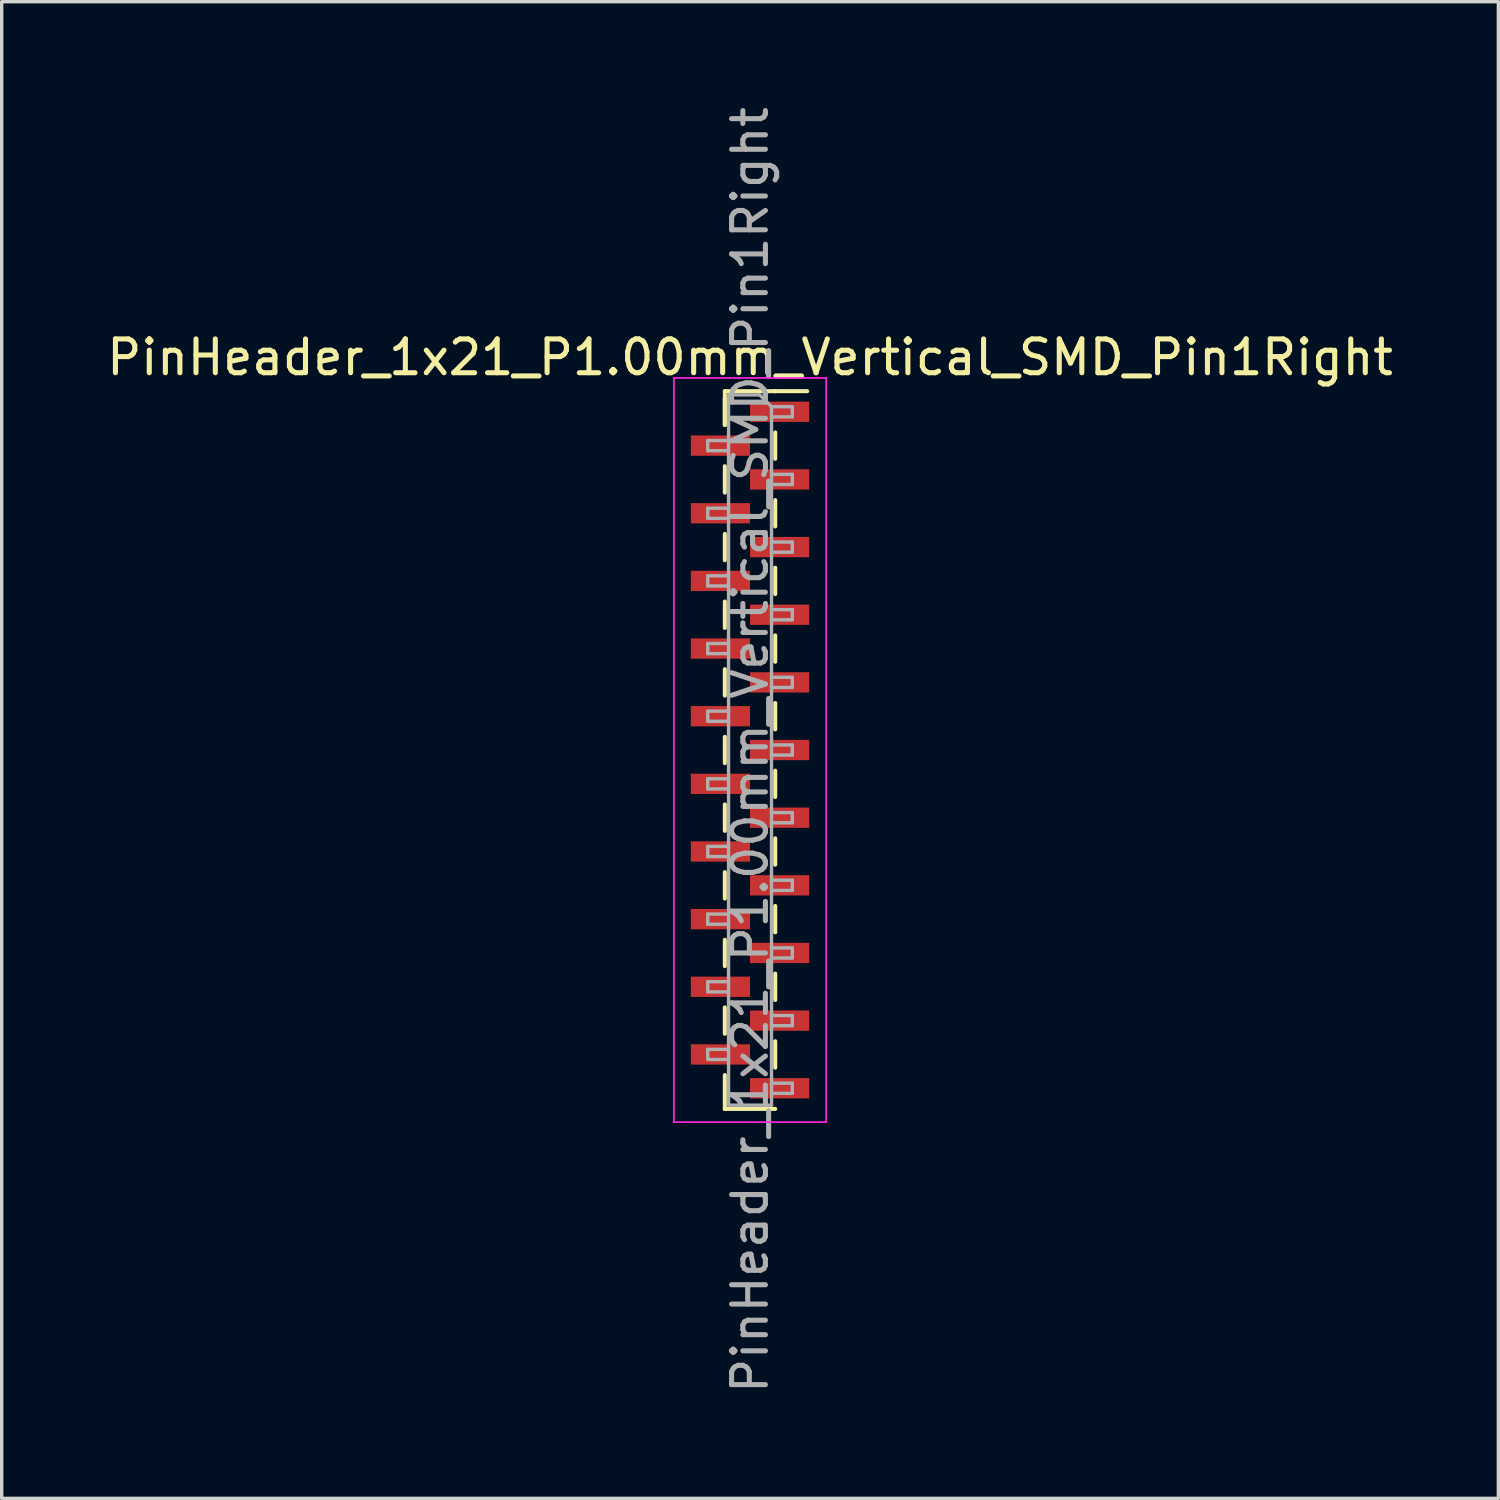
<source format=kicad_pcb>
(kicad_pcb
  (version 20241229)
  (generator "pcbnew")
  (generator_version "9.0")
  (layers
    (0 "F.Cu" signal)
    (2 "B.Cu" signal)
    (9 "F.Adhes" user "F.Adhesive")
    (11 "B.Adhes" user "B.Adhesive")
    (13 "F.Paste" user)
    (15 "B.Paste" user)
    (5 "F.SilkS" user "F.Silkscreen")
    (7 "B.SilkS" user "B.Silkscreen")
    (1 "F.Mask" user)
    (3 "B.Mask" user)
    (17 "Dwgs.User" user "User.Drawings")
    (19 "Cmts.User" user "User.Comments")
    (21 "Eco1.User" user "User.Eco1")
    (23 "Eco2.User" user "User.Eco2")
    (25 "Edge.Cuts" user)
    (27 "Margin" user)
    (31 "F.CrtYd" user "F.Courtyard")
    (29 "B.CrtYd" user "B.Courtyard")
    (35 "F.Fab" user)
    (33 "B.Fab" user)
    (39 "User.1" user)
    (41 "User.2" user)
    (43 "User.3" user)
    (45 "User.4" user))
  (footprint "PinHeader_1x21_P1.00mm_Vertical_SMD_Pin1Right"
    (layer "F.Cu")
    (at 19.125 19.125)
    (property "Reference" "PinHeader_1x21_P1.00mm_Vertical_SMD_Pin1Right" (at 0 -11.61 0) (layer "F.SilkS") (effects (font (size 1 1) (thickness 0.15))))
    (attr smd)
    (fp_line (start -0.745 -10.61) (end -0.745 -9.61) (stroke (width 0.12) (type solid)) (layer "F.SilkS"))
    (fp_line (start -0.745 -10.61) (end 0.745 -10.61) (stroke (width 0.12) (type solid)) (layer "F.SilkS"))
    (fp_line (start -0.745 -10.39) (end -0.745 -9.61) (stroke (width 0.12) (type solid)) (layer "F.SilkS"))
    (fp_line (start -0.745 -8.39) (end -0.745 -7.61) (stroke (width 0.12) (type solid)) (layer "F.SilkS"))
    (fp_line (start -0.745 -6.39) (end -0.745 -5.61) (stroke (width 0.12) (type solid)) (layer "F.SilkS"))
    (fp_line (start -0.745 -4.39) (end -0.745 -3.61) (stroke (width 0.12) (type solid)) (layer "F.SilkS"))
    (fp_line (start -0.745 -2.39) (end -0.745 -1.61) (stroke (width 0.12) (type solid)) (layer "F.SilkS"))
    (fp_line (start -0.745 -0.39) (end -0.745 0.39) (stroke (width 0.12) (type solid)) (layer "F.SilkS"))
    (fp_line (start -0.745 1.61) (end -0.745 2.39) (stroke (width 0.12) (type solid)) (layer "F.SilkS"))
    (fp_line (start -0.745 3.61) (end -0.745 4.39) (stroke (width 0.12) (type solid)) (layer "F.SilkS"))
    (fp_line (start -0.745 5.61) (end -0.745 6.39) (stroke (width 0.12) (type solid)) (layer "F.SilkS"))
    (fp_line (start -0.745 7.61) (end -0.745 8.39) (stroke (width 0.12) (type solid)) (layer "F.SilkS"))
    (fp_line (start -0.745 9.61) (end -0.745 10.61) (stroke (width 0.12) (type solid)) (layer "F.SilkS"))
    (fp_line (start -0.745 10.61) (end -0.745 10.61) (stroke (width 0.12) (type solid)) (layer "F.SilkS"))
    (fp_line (start -0.745 10.61) (end 0.745 10.61) (stroke (width 0.12) (type solid)) (layer "F.SilkS"))
    (fp_line (start 0.745 -10.61) (end 0.745 -10.61) (stroke (width 0.12) (type solid)) (layer "F.SilkS"))
    (fp_line (start 0.745 -10.61) (end 1.69 -10.61) (stroke (width 0.12) (type solid)) (layer "F.SilkS"))
    (fp_line (start 0.745 -9.39) (end 0.745 -8.61) (stroke (width 0.12) (type solid)) (layer "F.SilkS"))
    (fp_line (start 0.745 -7.39) (end 0.745 -6.61) (stroke (width 0.12) (type solid)) (layer "F.SilkS"))
    (fp_line (start 0.745 -5.39) (end 0.745 -4.61) (stroke (width 0.12) (type solid)) (layer "F.SilkS"))
    (fp_line (start 0.745 -3.39) (end 0.745 -2.61) (stroke (width 0.12) (type solid)) (layer "F.SilkS"))
    (fp_line (start 0.745 -1.39) (end 0.745 -0.61) (stroke (width 0.12) (type solid)) (layer "F.SilkS"))
    (fp_line (start 0.745 0.61) (end 0.745 1.39) (stroke (width 0.12) (type solid)) (layer "F.SilkS"))
    (fp_line (start 0.745 2.61) (end 0.745 3.39) (stroke (width 0.12) (type solid)) (layer "F.SilkS"))
    (fp_line (start 0.745 4.61) (end 0.745 5.39) (stroke (width 0.12) (type solid)) (layer "F.SilkS"))
    (fp_line (start 0.745 6.61) (end 0.745 7.39) (stroke (width 0.12) (type solid)) (layer "F.SilkS"))
    (fp_line (start 0.745 8.61) (end 0.745 9.39) (stroke (width 0.12) (type solid)) (layer "F.SilkS"))
    (fp_line (start -2.25 -11) (end -2.25 11) (stroke (width 0.05) (type solid)) (layer "F.CrtYd"))
    (fp_line (start -2.25 11) (end 2.25 11) (stroke (width 0.05) (type solid)) (layer "F.CrtYd"))
    (fp_line (start 2.25 -11) (end -2.25 -11) (stroke (width 0.05) (type solid)) (layer "F.CrtYd"))
    (fp_line (start 2.25 11) (end 2.25 -11) (stroke (width 0.05) (type solid)) (layer "F.CrtYd"))
    (fp_line (start -1.25 -9.15) (end -1.25 -8.85) (stroke (width 0.1) (type solid)) (layer "F.Fab"))
    (fp_line (start -1.25 -8.85) (end -0.635 -8.85) (stroke (width 0.1) (type solid)) (layer "F.Fab"))
    (fp_line (start -1.25 -7.15) (end -1.25 -6.85) (stroke (width 0.1) (type solid)) (layer "F.Fab"))
    (fp_line (start -1.25 -6.85) (end -0.635 -6.85) (stroke (width 0.1) (type solid)) (layer "F.Fab"))
    (fp_line (start -1.25 -5.15) (end -1.25 -4.85) (stroke (width 0.1) (type solid)) (layer "F.Fab"))
    (fp_line (start -1.25 -4.85) (end -0.635 -4.85) (stroke (width 0.1) (type solid)) (layer "F.Fab"))
    (fp_line (start -1.25 -3.15) (end -1.25 -2.85) (stroke (width 0.1) (type solid)) (layer "F.Fab"))
    (fp_line (start -1.25 -2.85) (end -0.635 -2.85) (stroke (width 0.1) (type solid)) (layer "F.Fab"))
    (fp_line (start -1.25 -1.15) (end -1.25 -0.85) (stroke (width 0.1) (type solid)) (layer "F.Fab"))
    (fp_line (start -1.25 -0.85) (end -0.635 -0.85) (stroke (width 0.1) (type solid)) (layer "F.Fab"))
    (fp_line (start -1.25 0.85) (end -1.25 1.15) (stroke (width 0.1) (type solid)) (layer "F.Fab"))
    (fp_line (start -1.25 1.15) (end -0.635 1.15) (stroke (width 0.1) (type solid)) (layer "F.Fab"))
    (fp_line (start -1.25 2.85) (end -1.25 3.15) (stroke (width 0.1) (type solid)) (layer "F.Fab"))
    (fp_line (start -1.25 3.15) (end -0.635 3.15) (stroke (width 0.1) (type solid)) (layer "F.Fab"))
    (fp_line (start -1.25 4.85) (end -1.25 5.15) (stroke (width 0.1) (type solid)) (layer "F.Fab"))
    (fp_line (start -1.25 5.15) (end -0.635 5.15) (stroke (width 0.1) (type solid)) (layer "F.Fab"))
    (fp_line (start -1.25 6.85) (end -1.25 7.15) (stroke (width 0.1) (type solid)) (layer "F.Fab"))
    (fp_line (start -1.25 7.15) (end -0.635 7.15) (stroke (width 0.1) (type solid)) (layer "F.Fab"))
    (fp_line (start -1.25 8.85) (end -1.25 9.15) (stroke (width 0.1) (type solid)) (layer "F.Fab"))
    (fp_line (start -1.25 9.15) (end -0.635 9.15) (stroke (width 0.1) (type solid)) (layer "F.Fab"))
    (fp_line (start -0.635 -10.5) (end -0.635 10.5) (stroke (width 0.1) (type solid)) (layer "F.Fab"))
    (fp_line (start -0.635 -10.5) (end 0.285 -10.5) (stroke (width 0.1) (type solid)) (layer "F.Fab"))
    (fp_line (start -0.635 -9.15) (end -1.25 -9.15) (stroke (width 0.1) (type solid)) (layer "F.Fab"))
    (fp_line (start -0.635 -7.15) (end -1.25 -7.15) (stroke (width 0.1) (type solid)) (layer "F.Fab"))
    (fp_line (start -0.635 -5.15) (end -1.25 -5.15) (stroke (width 0.1) (type solid)) (layer "F.Fab"))
    (fp_line (start -0.635 -3.15) (end -1.25 -3.15) (stroke (width 0.1) (type solid)) (layer "F.Fab"))
    (fp_line (start -0.635 -1.15) (end -1.25 -1.15) (stroke (width 0.1) (type solid)) (layer "F.Fab"))
    (fp_line (start -0.635 0.85) (end -1.25 0.85) (stroke (width 0.1) (type solid)) (layer "F.Fab"))
    (fp_line (start -0.635 2.85) (end -1.25 2.85) (stroke (width 0.1) (type solid)) (layer "F.Fab"))
    (fp_line (start -0.635 4.85) (end -1.25 4.85) (stroke (width 0.1) (type solid)) (layer "F.Fab"))
    (fp_line (start -0.635 6.85) (end -1.25 6.85) (stroke (width 0.1) (type solid)) (layer "F.Fab"))
    (fp_line (start -0.635 8.85) (end -1.25 8.85) (stroke (width 0.1) (type solid)) (layer "F.Fab"))
    (fp_line (start 0.635 -10.15) (end 0.285 -10.5) (stroke (width 0.1) (type solid)) (layer "F.Fab"))
    (fp_line (start 0.635 -10.15) (end 1.25 -10.15) (stroke (width 0.1) (type solid)) (layer "F.Fab"))
    (fp_line (start 0.635 -8.15) (end 1.25 -8.15) (stroke (width 0.1) (type solid)) (layer "F.Fab"))
    (fp_line (start 0.635 -6.15) (end 1.25 -6.15) (stroke (width 0.1) (type solid)) (layer "F.Fab"))
    (fp_line (start 0.635 -4.15) (end 1.25 -4.15) (stroke (width 0.1) (type solid)) (layer "F.Fab"))
    (fp_line (start 0.635 -2.15) (end 1.25 -2.15) (stroke (width 0.1) (type solid)) (layer "F.Fab"))
    (fp_line (start 0.635 -0.15) (end 1.25 -0.15) (stroke (width 0.1) (type solid)) (layer "F.Fab"))
    (fp_line (start 0.635 1.85) (end 1.25 1.85) (stroke (width 0.1) (type solid)) (layer "F.Fab"))
    (fp_line (start 0.635 3.85) (end 1.25 3.85) (stroke (width 0.1) (type solid)) (layer "F.Fab"))
    (fp_line (start 0.635 5.85) (end 1.25 5.85) (stroke (width 0.1) (type solid)) (layer "F.Fab"))
    (fp_line (start 0.635 7.85) (end 1.25 7.85) (stroke (width 0.1) (type solid)) (layer "F.Fab"))
    (fp_line (start 0.635 9.85) (end 1.25 9.85) (stroke (width 0.1) (type solid)) (layer "F.Fab"))
    (fp_line (start 0.635 10.5) (end -0.635 10.5) (stroke (width 0.1) (type solid)) (layer "F.Fab"))
    (fp_line (start 0.635 10.5) (end 0.635 -10.15) (stroke (width 0.1) (type solid)) (layer "F.Fab"))
    (fp_line (start 1.25 -10.15) (end 1.25 -9.85) (stroke (width 0.1) (type solid)) (layer "F.Fab"))
    (fp_line (start 1.25 -9.85) (end 0.635 -9.85) (stroke (width 0.1) (type solid)) (layer "F.Fab"))
    (fp_line (start 1.25 -8.15) (end 1.25 -7.85) (stroke (width 0.1) (type solid)) (layer "F.Fab"))
    (fp_line (start 1.25 -7.85) (end 0.635 -7.85) (stroke (width 0.1) (type solid)) (layer "F.Fab"))
    (fp_line (start 1.25 -6.15) (end 1.25 -5.85) (stroke (width 0.1) (type solid)) (layer "F.Fab"))
    (fp_line (start 1.25 -5.85) (end 0.635 -5.85) (stroke (width 0.1) (type solid)) (layer "F.Fab"))
    (fp_line (start 1.25 -4.15) (end 1.25 -3.85) (stroke (width 0.1) (type solid)) (layer "F.Fab"))
    (fp_line (start 1.25 -3.85) (end 0.635 -3.85) (stroke (width 0.1) (type solid)) (layer "F.Fab"))
    (fp_line (start 1.25 -2.15) (end 1.25 -1.85) (stroke (width 0.1) (type solid)) (layer "F.Fab"))
    (fp_line (start 1.25 -1.85) (end 0.635 -1.85) (stroke (width 0.1) (type solid)) (layer "F.Fab"))
    (fp_line (start 1.25 -0.15) (end 1.25 0.15) (stroke (width 0.1) (type solid)) (layer "F.Fab"))
    (fp_line (start 1.25 0.15) (end 0.635 0.15) (stroke (width 0.1) (type solid)) (layer "F.Fab"))
    (fp_line (start 1.25 1.85) (end 1.25 2.15) (stroke (width 0.1) (type solid)) (layer "F.Fab"))
    (fp_line (start 1.25 2.15) (end 0.635 2.15) (stroke (width 0.1) (type solid)) (layer "F.Fab"))
    (fp_line (start 1.25 3.85) (end 1.25 4.15) (stroke (width 0.1) (type solid)) (layer "F.Fab"))
    (fp_line (start 1.25 4.15) (end 0.635 4.15) (stroke (width 0.1) (type solid)) (layer "F.Fab"))
    (fp_line (start 1.25 5.85) (end 1.25 6.15) (stroke (width 0.1) (type solid)) (layer "F.Fab"))
    (fp_line (start 1.25 6.15) (end 0.635 6.15) (stroke (width 0.1) (type solid)) (layer "F.Fab"))
    (fp_line (start 1.25 7.85) (end 1.25 8.15) (stroke (width 0.1) (type solid)) (layer "F.Fab"))
    (fp_line (start 1.25 8.15) (end 0.635 8.15) (stroke (width 0.1) (type solid)) (layer "F.Fab"))
    (fp_line (start 1.25 9.85) (end 1.25 10.15) (stroke (width 0.1) (type solid)) (layer "F.Fab"))
    (fp_line (start 1.25 10.15) (end 0.635 10.15) (stroke (width 0.1) (type solid)) (layer "F.Fab"))
    (fp_text user "${REFERENCE}" (at 0 0 90) (layer "F.Fab") (effects (font (size 1 1) (thickness 0.15))))
    (pad "1" smd rect (at 0.875 -10) (size 1.75 0.6) (layers "F.Cu" "F.Mask" "F.Paste"))
    (pad "2" smd rect (at -0.875 -9) (size 1.75 0.6) (layers "F.Cu" "F.Mask" "F.Paste"))
    (pad "3" smd rect (at 0.875 -8) (size 1.75 0.6) (layers "F.Cu" "F.Mask" "F.Paste"))
    (pad "4" smd rect (at -0.875 -7) (size 1.75 0.6) (layers "F.Cu" "F.Mask" "F.Paste"))
    (pad "5" smd rect (at 0.875 -6) (size 1.75 0.6) (layers "F.Cu" "F.Mask" "F.Paste"))
    (pad "6" smd rect (at -0.875 -5) (size 1.75 0.6) (layers "F.Cu" "F.Mask" "F.Paste"))
    (pad "7" smd rect (at 0.875 -4) (size 1.75 0.6) (layers "F.Cu" "F.Mask" "F.Paste"))
    (pad "8" smd rect (at -0.875 -3) (size 1.75 0.6) (layers "F.Cu" "F.Mask" "F.Paste"))
    (pad "9" smd rect (at 0.875 -2) (size 1.75 0.6) (layers "F.Cu" "F.Mask" "F.Paste"))
    (pad "10" smd rect (at -0.875 -1) (size 1.75 0.6) (layers "F.Cu" "F.Mask" "F.Paste"))
    (pad "11" smd rect (at 0.875 0) (size 1.75 0.6) (layers "F.Cu" "F.Mask" "F.Paste"))
    (pad "12" smd rect (at -0.875 1) (size 1.75 0.6) (layers "F.Cu" "F.Mask" "F.Paste"))
    (pad "13" smd rect (at 0.875 2) (size 1.75 0.6) (layers "F.Cu" "F.Mask" "F.Paste"))
    (pad "14" smd rect (at -0.875 3) (size 1.75 0.6) (layers "F.Cu" "F.Mask" "F.Paste"))
    (pad "15" smd rect (at 0.875 4) (size 1.75 0.6) (layers "F.Cu" "F.Mask" "F.Paste"))
    (pad "16" smd rect (at -0.875 5) (size 1.75 0.6) (layers "F.Cu" "F.Mask" "F.Paste"))
    (pad "17" smd rect (at 0.875 6) (size 1.75 0.6) (layers "F.Cu" "F.Mask" "F.Paste"))
    (pad "18" smd rect (at -0.875 7) (size 1.75 0.6) (layers "F.Cu" "F.Mask" "F.Paste"))
    (pad "19" smd rect (at 0.875 8) (size 1.75 0.6) (layers "F.Cu" "F.Mask" "F.Paste"))
    (pad "20" smd rect (at -0.875 9) (size 1.75 0.6) (layers "F.Cu" "F.Mask" "F.Paste"))
    (pad "21" smd rect (at 0.875 10) (size 1.75 0.6) (layers "F.Cu" "F.Mask" "F.Paste")))
  (gr_rect
    (start -3 -3)
    (end 41.25 41.25)
    (stroke (width 0.1) (type default))
    (fill no)
    (layer "Edge.Cuts")))
</source>
